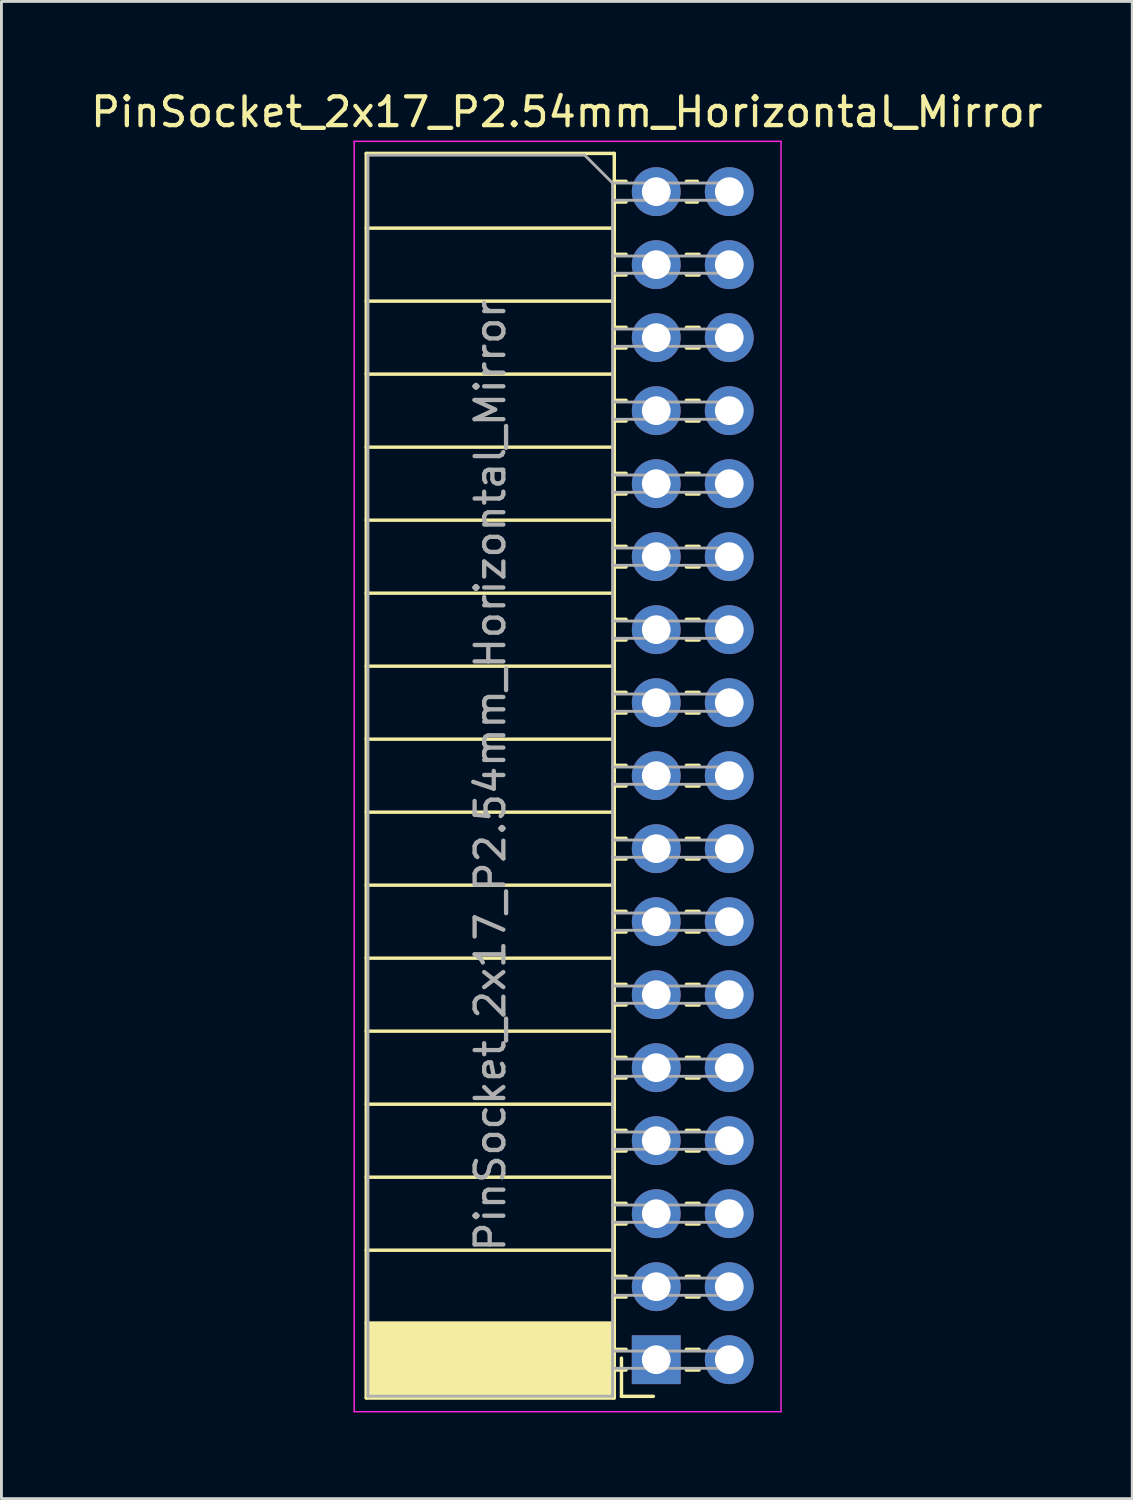
<source format=kicad_pcb>
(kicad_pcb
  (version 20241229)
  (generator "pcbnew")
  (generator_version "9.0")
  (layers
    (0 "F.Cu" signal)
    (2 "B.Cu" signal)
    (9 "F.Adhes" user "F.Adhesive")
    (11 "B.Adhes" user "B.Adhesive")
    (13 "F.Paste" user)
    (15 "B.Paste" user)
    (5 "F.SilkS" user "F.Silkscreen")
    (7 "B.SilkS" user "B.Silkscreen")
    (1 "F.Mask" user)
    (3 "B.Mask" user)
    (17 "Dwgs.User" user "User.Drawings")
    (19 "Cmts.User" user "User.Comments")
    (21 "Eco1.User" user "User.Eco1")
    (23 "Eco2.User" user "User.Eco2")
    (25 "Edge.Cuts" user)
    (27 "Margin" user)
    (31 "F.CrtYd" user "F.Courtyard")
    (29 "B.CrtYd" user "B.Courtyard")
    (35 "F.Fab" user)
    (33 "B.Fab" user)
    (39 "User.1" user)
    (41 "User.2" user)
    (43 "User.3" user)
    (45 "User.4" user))
  (footprint "PinSocket_2x17_P2.54mm_Horizontal_Mirror"
    (layer "F.Cu")
    (at 22.323 3.618)
    (property "Reference" "PinSocket_2x17_P2.54mm_Horizontal_Mirror" (at -5.65 -2.77 0) (layer "F.SilkS") (effects (font (size 1 1) (thickness 0.15))))
    (attr through_hole)
    (fp_line (start -12.63 -1.33) (end -12.63 41.97) (stroke (width 0.12) (type solid)) (layer "F.SilkS"))
    (fp_line (start -12.63 -1.33) (end -4 -1.33) (stroke (width 0.12) (type solid)) (layer "F.SilkS"))
    (fp_line (start -12.63 1.27) (end -4 1.27) (stroke (width 0.12) (type solid)) (layer "F.SilkS"))
    (fp_line (start -12.63 3.81) (end -4 3.81) (stroke (width 0.12) (type solid)) (layer "F.SilkS"))
    (fp_line (start -12.63 6.35) (end -4 6.35) (stroke (width 0.12) (type solid)) (layer "F.SilkS"))
    (fp_line (start -12.63 8.89) (end -4 8.89) (stroke (width 0.12) (type solid)) (layer "F.SilkS"))
    (fp_line (start -12.63 11.43) (end -4 11.43) (stroke (width 0.12) (type solid)) (layer "F.SilkS"))
    (fp_line (start -12.63 13.97) (end -4 13.97) (stroke (width 0.12) (type solid)) (layer "F.SilkS"))
    (fp_line (start -12.63 16.51) (end -4 16.51) (stroke (width 0.12) (type solid)) (layer "F.SilkS"))
    (fp_line (start -12.63 19.05) (end -4 19.05) (stroke (width 0.12) (type solid)) (layer "F.SilkS"))
    (fp_line (start -12.63 21.59) (end -4 21.59) (stroke (width 0.12) (type solid)) (layer "F.SilkS"))
    (fp_line (start -12.63 24.13) (end -4 24.13) (stroke (width 0.12) (type solid)) (layer "F.SilkS"))
    (fp_line (start -12.63 26.67) (end -4 26.67) (stroke (width 0.12) (type solid)) (layer "F.SilkS"))
    (fp_line (start -12.63 29.21) (end -4 29.21) (stroke (width 0.12) (type solid)) (layer "F.SilkS"))
    (fp_line (start -12.63 31.75) (end -4 31.75) (stroke (width 0.12) (type solid)) (layer "F.SilkS"))
    (fp_line (start -12.63 34.29) (end -4 34.29) (stroke (width 0.12) (type solid)) (layer "F.SilkS"))
    (fp_line (start -12.63 36.83) (end -4 36.83) (stroke (width 0.12) (type solid)) (layer "F.SilkS"))
    (fp_line (start -12.63 39.37) (end -4 39.37) (stroke (width 0.12) (type solid)) (layer "F.SilkS"))
    (fp_line (start -12.63 41.97) (end -4 41.97) (stroke (width 0.12) (type solid)) (layer "F.SilkS"))
    (fp_line (start -4 -1.33) (end -4 41.97) (stroke (width 0.12) (type solid)) (layer "F.SilkS"))
    (fp_line (start -4 -0.36) (end -3.59 -0.36) (stroke (width 0.12) (type solid)) (layer "F.SilkS"))
    (fp_line (start -4 0.36) (end -3.59 0.36) (stroke (width 0.12) (type solid)) (layer "F.SilkS"))
    (fp_line (start -4 2.18) (end -3.59 2.18) (stroke (width 0.12) (type solid)) (layer "F.SilkS"))
    (fp_line (start -4 2.9) (end -3.59 2.9) (stroke (width 0.12) (type solid)) (layer "F.SilkS"))
    (fp_line (start -4 4.72) (end -3.59 4.72) (stroke (width 0.12) (type solid)) (layer "F.SilkS"))
    (fp_line (start -4 5.44) (end -3.59 5.44) (stroke (width 0.12) (type solid)) (layer "F.SilkS"))
    (fp_line (start -4 7.26) (end -3.59 7.26) (stroke (width 0.12) (type solid)) (layer "F.SilkS"))
    (fp_line (start -4 7.98) (end -3.59 7.98) (stroke (width 0.12) (type solid)) (layer "F.SilkS"))
    (fp_line (start -4 9.8) (end -3.59 9.8) (stroke (width 0.12) (type solid)) (layer "F.SilkS"))
    (fp_line (start -4 10.52) (end -3.59 10.52) (stroke (width 0.12) (type solid)) (layer "F.SilkS"))
    (fp_line (start -4 12.34) (end -3.59 12.34) (stroke (width 0.12) (type solid)) (layer "F.SilkS"))
    (fp_line (start -4 13.06) (end -3.59 13.06) (stroke (width 0.12) (type solid)) (layer "F.SilkS"))
    (fp_line (start -4 14.88) (end -3.59 14.88) (stroke (width 0.12) (type solid)) (layer "F.SilkS"))
    (fp_line (start -4 15.6) (end -3.59 15.6) (stroke (width 0.12) (type solid)) (layer "F.SilkS"))
    (fp_line (start -4 17.42) (end -3.59 17.42) (stroke (width 0.12) (type solid)) (layer "F.SilkS"))
    (fp_line (start -4 18.14) (end -3.59 18.14) (stroke (width 0.12) (type solid)) (layer "F.SilkS"))
    (fp_line (start -4 19.96) (end -3.59 19.96) (stroke (width 0.12) (type solid)) (layer "F.SilkS"))
    (fp_line (start -4 20.68) (end -3.59 20.68) (stroke (width 0.12) (type solid)) (layer "F.SilkS"))
    (fp_line (start -4 22.5) (end -3.59 22.5) (stroke (width 0.12) (type solid)) (layer "F.SilkS"))
    (fp_line (start -4 23.22) (end -3.59 23.22) (stroke (width 0.12) (type solid)) (layer "F.SilkS"))
    (fp_line (start -4 25.04) (end -3.59 25.04) (stroke (width 0.12) (type solid)) (layer "F.SilkS"))
    (fp_line (start -4 25.76) (end -3.59 25.76) (stroke (width 0.12) (type solid)) (layer "F.SilkS"))
    (fp_line (start -4 27.58) (end -3.59 27.58) (stroke (width 0.12) (type solid)) (layer "F.SilkS"))
    (fp_line (start -4 28.3) (end -3.59 28.3) (stroke (width 0.12) (type solid)) (layer "F.SilkS"))
    (fp_line (start -4 30.12) (end -3.59 30.12) (stroke (width 0.12) (type solid)) (layer "F.SilkS"))
    (fp_line (start -4 30.84) (end -3.59 30.84) (stroke (width 0.12) (type solid)) (layer "F.SilkS"))
    (fp_line (start -4 32.66) (end -3.59 32.66) (stroke (width 0.12) (type solid)) (layer "F.SilkS"))
    (fp_line (start -4 33.38) (end -3.59 33.38) (stroke (width 0.12) (type solid)) (layer "F.SilkS"))
    (fp_line (start -4 35.2) (end -3.59 35.2) (stroke (width 0.12) (type solid)) (layer "F.SilkS"))
    (fp_line (start -4 35.92) (end -3.59 35.92) (stroke (width 0.12) (type solid)) (layer "F.SilkS"))
    (fp_line (start -4 37.74) (end -3.59 37.74) (stroke (width 0.12) (type solid)) (layer "F.SilkS"))
    (fp_line (start -4 38.46) (end -3.59 38.46) (stroke (width 0.12) (type solid)) (layer "F.SilkS"))
    (fp_line (start -4 40.28) (end -3.59 40.28) (stroke (width 0.12) (type solid)) (layer "F.SilkS"))
    (fp_line (start -4 41) (end -3.59 41) (stroke (width 0.12) (type solid)) (layer "F.SilkS"))
    (fp_line (start -3.75 41.915) (end -3.75 40.585) (stroke (width 0.12) (type solid)) (layer "F.SilkS"))
    (fp_line (start -2.64 41.915) (end -3.75 41.915) (stroke (width 0.12) (type solid)) (layer "F.SilkS"))
    (fp_line (start -1.49 -0.36) (end -1.11 -0.36) (stroke (width 0.12) (type solid)) (layer "F.SilkS"))
    (fp_line (start -1.49 0.36) (end -1.11 0.36) (stroke (width 0.12) (type solid)) (layer "F.SilkS"))
    (fp_line (start -1.49 2.18) (end -1.05 2.18) (stroke (width 0.12) (type solid)) (layer "F.SilkS"))
    (fp_line (start -1.49 2.9) (end -1.05 2.9) (stroke (width 0.12) (type solid)) (layer "F.SilkS"))
    (fp_line (start -1.49 4.72) (end -1.05 4.72) (stroke (width 0.12) (type solid)) (layer "F.SilkS"))
    (fp_line (start -1.49 5.44) (end -1.05 5.44) (stroke (width 0.12) (type solid)) (layer "F.SilkS"))
    (fp_line (start -1.49 7.26) (end -1.05 7.26) (stroke (width 0.12) (type solid)) (layer "F.SilkS"))
    (fp_line (start -1.49 7.98) (end -1.05 7.98) (stroke (width 0.12) (type solid)) (layer "F.SilkS"))
    (fp_line (start -1.49 9.8) (end -1.05 9.8) (stroke (width 0.12) (type solid)) (layer "F.SilkS"))
    (fp_line (start -1.49 10.52) (end -1.05 10.52) (stroke (width 0.12) (type solid)) (layer "F.SilkS"))
    (fp_line (start -1.49 12.34) (end -1.05 12.34) (stroke (width 0.12) (type solid)) (layer "F.SilkS"))
    (fp_line (start -1.49 13.06) (end -1.05 13.06) (stroke (width 0.12) (type solid)) (layer "F.SilkS"))
    (fp_line (start -1.49 14.88) (end -1.05 14.88) (stroke (width 0.12) (type solid)) (layer "F.SilkS"))
    (fp_line (start -1.49 15.6) (end -1.05 15.6) (stroke (width 0.12) (type solid)) (layer "F.SilkS"))
    (fp_line (start -1.49 17.42) (end -1.05 17.42) (stroke (width 0.12) (type solid)) (layer "F.SilkS"))
    (fp_line (start -1.49 18.14) (end -1.05 18.14) (stroke (width 0.12) (type solid)) (layer "F.SilkS"))
    (fp_line (start -1.49 19.96) (end -1.05 19.96) (stroke (width 0.12) (type solid)) (layer "F.SilkS"))
    (fp_line (start -1.49 20.68) (end -1.05 20.68) (stroke (width 0.12) (type solid)) (layer "F.SilkS"))
    (fp_line (start -1.49 22.5) (end -1.05 22.5) (stroke (width 0.12) (type solid)) (layer "F.SilkS"))
    (fp_line (start -1.49 23.22) (end -1.05 23.22) (stroke (width 0.12) (type solid)) (layer "F.SilkS"))
    (fp_line (start -1.49 25.04) (end -1.05 25.04) (stroke (width 0.12) (type solid)) (layer "F.SilkS"))
    (fp_line (start -1.49 25.76) (end -1.05 25.76) (stroke (width 0.12) (type solid)) (layer "F.SilkS"))
    (fp_line (start -1.49 27.58) (end -1.05 27.58) (stroke (width 0.12) (type solid)) (layer "F.SilkS"))
    (fp_line (start -1.49 28.3) (end -1.05 28.3) (stroke (width 0.12) (type solid)) (layer "F.SilkS"))
    (fp_line (start -1.49 30.12) (end -1.05 30.12) (stroke (width 0.12) (type solid)) (layer "F.SilkS"))
    (fp_line (start -1.49 30.84) (end -1.05 30.84) (stroke (width 0.12) (type solid)) (layer "F.SilkS"))
    (fp_line (start -1.49 32.66) (end -1.05 32.66) (stroke (width 0.12) (type solid)) (layer "F.SilkS"))
    (fp_line (start -1.49 33.38) (end -1.05 33.38) (stroke (width 0.12) (type solid)) (layer "F.SilkS"))
    (fp_line (start -1.49 35.2) (end -1.05 35.2) (stroke (width 0.12) (type solid)) (layer "F.SilkS"))
    (fp_line (start -1.49 35.92) (end -1.05 35.92) (stroke (width 0.12) (type solid)) (layer "F.SilkS"))
    (fp_line (start -1.49 37.74) (end -1.05 37.74) (stroke (width 0.12) (type solid)) (layer "F.SilkS"))
    (fp_line (start -1.49 38.46) (end -1.05 38.46) (stroke (width 0.12) (type solid)) (layer "F.SilkS"))
    (fp_line (start -1.49 40.28) (end -1.05 40.28) (stroke (width 0.12) (type solid)) (layer "F.SilkS"))
    (fp_line (start -1.49 41) (end -1.05 41) (stroke (width 0.12) (type solid)) (layer "F.SilkS"))
    (fp_rect (start -12.63 39.37) (end -4 41.97) (stroke (width 0.1) (type solid)) (fill yes) (layer "F.SilkS"))
    (fp_line (start -13.05 -1.75) (end -13.05 42.45) (stroke (width 0.05) (type solid)) (layer "F.CrtYd"))
    (fp_line (start -13.05 42.45) (end 1.8 42.45) (stroke (width 0.05) (type solid)) (layer "F.CrtYd"))
    (fp_line (start 1.8 -1.75) (end -13.05 -1.75) (stroke (width 0.05) (type solid)) (layer "F.CrtYd"))
    (fp_line (start 1.8 42.45) (end 1.8 -1.75) (stroke (width 0.05) (type solid)) (layer "F.CrtYd"))
    (fp_line (start -12.57 -1.27) (end -5.03 -1.27) (stroke (width 0.1) (type solid)) (layer "F.Fab"))
    (fp_line (start -12.57 41.91) (end -12.57 -1.27) (stroke (width 0.1) (type solid)) (layer "F.Fab"))
    (fp_line (start -5.03 -1.27) (end -4.06 -0.3) (stroke (width 0.1) (type solid)) (layer "F.Fab"))
    (fp_line (start -4.06 -0.3) (end -4.06 41.91) (stroke (width 0.1) (type solid)) (layer "F.Fab"))
    (fp_line (start -4.06 0.3) (end 0 0.3) (stroke (width 0.1) (type solid)) (layer "F.Fab"))
    (fp_line (start -4.06 2.84) (end 0 2.84) (stroke (width 0.1) (type solid)) (layer "F.Fab"))
    (fp_line (start -4.06 5.38) (end 0 5.38) (stroke (width 0.1) (type solid)) (layer "F.Fab"))
    (fp_line (start -4.06 7.92) (end 0 7.92) (stroke (width 0.1) (type solid)) (layer "F.Fab"))
    (fp_line (start -4.06 10.46) (end 0 10.46) (stroke (width 0.1) (type solid)) (layer "F.Fab"))
    (fp_line (start -4.06 13) (end 0 13) (stroke (width 0.1) (type solid)) (layer "F.Fab"))
    (fp_line (start -4.06 15.54) (end 0 15.54) (stroke (width 0.1) (type solid)) (layer "F.Fab"))
    (fp_line (start -4.06 18.08) (end 0 18.08) (stroke (width 0.1) (type solid)) (layer "F.Fab"))
    (fp_line (start -4.06 20.62) (end 0 20.62) (stroke (width 0.1) (type solid)) (layer "F.Fab"))
    (fp_line (start -4.06 23.16) (end 0 23.16) (stroke (width 0.1) (type solid)) (layer "F.Fab"))
    (fp_line (start -4.06 25.7) (end 0 25.7) (stroke (width 0.1) (type solid)) (layer "F.Fab"))
    (fp_line (start -4.06 28.24) (end 0 28.24) (stroke (width 0.1) (type solid)) (layer "F.Fab"))
    (fp_line (start -4.06 30.78) (end 0 30.78) (stroke (width 0.1) (type solid)) (layer "F.Fab"))
    (fp_line (start -4.06 33.32) (end 0 33.32) (stroke (width 0.1) (type solid)) (layer "F.Fab"))
    (fp_line (start -4.06 35.86) (end 0 35.86) (stroke (width 0.1) (type solid)) (layer "F.Fab"))
    (fp_line (start -4.06 38.4) (end 0 38.4) (stroke (width 0.1) (type solid)) (layer "F.Fab"))
    (fp_line (start -4.06 40.94) (end 0 40.94) (stroke (width 0.1) (type solid)) (layer "F.Fab"))
    (fp_line (start -4.06 41.91) (end -12.57 41.91) (stroke (width 0.1) (type solid)) (layer "F.Fab"))
    (fp_line (start 0 -0.3) (end -4.06 -0.3) (stroke (width 0.1) (type solid)) (layer "F.Fab"))
    (fp_line (start 0 0.3) (end 0 -0.3) (stroke (width 0.1) (type solid)) (layer "F.Fab"))
    (fp_line (start 0 2.24) (end -4.06 2.24) (stroke (width 0.1) (type solid)) (layer "F.Fab"))
    (fp_line (start 0 2.84) (end 0 2.24) (stroke (width 0.1) (type solid)) (layer "F.Fab"))
    (fp_line (start 0 4.78) (end -4.06 4.78) (stroke (width 0.1) (type solid)) (layer "F.Fab"))
    (fp_line (start 0 5.38) (end 0 4.78) (stroke (width 0.1) (type solid)) (layer "F.Fab"))
    (fp_line (start 0 7.32) (end -4.06 7.32) (stroke (width 0.1) (type solid)) (layer "F.Fab"))
    (fp_line (start 0 7.92) (end 0 7.32) (stroke (width 0.1) (type solid)) (layer "F.Fab"))
    (fp_line (start 0 9.86) (end -4.06 9.86) (stroke (width 0.1) (type solid)) (layer "F.Fab"))
    (fp_line (start 0 10.46) (end 0 9.86) (stroke (width 0.1) (type solid)) (layer "F.Fab"))
    (fp_line (start 0 12.4) (end -4.06 12.4) (stroke (width 0.1) (type solid)) (layer "F.Fab"))
    (fp_line (start 0 13) (end 0 12.4) (stroke (width 0.1) (type solid)) (layer "F.Fab"))
    (fp_line (start 0 14.94) (end -4.06 14.94) (stroke (width 0.1) (type solid)) (layer "F.Fab"))
    (fp_line (start 0 15.54) (end 0 14.94) (stroke (width 0.1) (type solid)) (layer "F.Fab"))
    (fp_line (start 0 17.48) (end -4.06 17.48) (stroke (width 0.1) (type solid)) (layer "F.Fab"))
    (fp_line (start 0 18.08) (end 0 17.48) (stroke (width 0.1) (type solid)) (layer "F.Fab"))
    (fp_line (start 0 20.02) (end -4.06 20.02) (stroke (width 0.1) (type solid)) (layer "F.Fab"))
    (fp_line (start 0 20.62) (end 0 20.02) (stroke (width 0.1) (type solid)) (layer "F.Fab"))
    (fp_line (start 0 22.56) (end -4.06 22.56) (stroke (width 0.1) (type solid)) (layer "F.Fab"))
    (fp_line (start 0 23.16) (end 0 22.56) (stroke (width 0.1) (type solid)) (layer "F.Fab"))
    (fp_line (start 0 25.1) (end -4.06 25.1) (stroke (width 0.1) (type solid)) (layer "F.Fab"))
    (fp_line (start 0 25.7) (end 0 25.1) (stroke (width 0.1) (type solid)) (layer "F.Fab"))
    (fp_line (start 0 27.64) (end -4.06 27.64) (stroke (width 0.1) (type solid)) (layer "F.Fab"))
    (fp_line (start 0 28.24) (end 0 27.64) (stroke (width 0.1) (type solid)) (layer "F.Fab"))
    (fp_line (start 0 30.18) (end -4.06 30.18) (stroke (width 0.1) (type solid)) (layer "F.Fab"))
    (fp_line (start 0 30.78) (end 0 30.18) (stroke (width 0.1) (type solid)) (layer "F.Fab"))
    (fp_line (start 0 32.72) (end -4.06 32.72) (stroke (width 0.1) (type solid)) (layer "F.Fab"))
    (fp_line (start 0 33.32) (end 0 32.72) (stroke (width 0.1) (type solid)) (layer "F.Fab"))
    (fp_line (start 0 35.26) (end -4.06 35.26) (stroke (width 0.1) (type solid)) (layer "F.Fab"))
    (fp_line (start 0 35.86) (end 0 35.26) (stroke (width 0.1) (type solid)) (layer "F.Fab"))
    (fp_line (start 0 37.8) (end -4.06 37.8) (stroke (width 0.1) (type solid)) (layer "F.Fab"))
    (fp_line (start 0 38.4) (end 0 37.8) (stroke (width 0.1) (type solid)) (layer "F.Fab"))
    (fp_line (start 0 40.34) (end -4.06 40.34) (stroke (width 0.1) (type solid)) (layer "F.Fab"))
    (fp_line (start 0 40.94) (end 0 40.34) (stroke (width 0.1) (type solid)) (layer "F.Fab"))
    (fp_text user "${REFERENCE}" (at -8.315 20.32 90) (layer "F.Fab") (effects (font (size 1 1) (thickness 0.15))))
    (pad "1" thru_hole rect (at -2.54 40.64) (size 1.7 1.7) (drill 1) (layers "*.Cu" "*.Mask"))
    (pad "2" thru_hole oval (at 0 40.64) (size 1.7 1.7) (drill 1) (layers "*.Cu" "*.Mask"))
    (pad "3" thru_hole oval (at -2.54 38.1) (size 1.7 1.7) (drill 1) (layers "*.Cu" "*.Mask"))
    (pad "4" thru_hole oval (at 0 38.1) (size 1.7 1.7) (drill 1) (layers "*.Cu" "*.Mask"))
    (pad "5" thru_hole oval (at -2.54 35.56) (size 1.7 1.7) (drill 1) (layers "*.Cu" "*.Mask"))
    (pad "6" thru_hole oval (at 0 35.56) (size 1.7 1.7) (drill 1) (layers "*.Cu" "*.Mask"))
    (pad "7" thru_hole oval (at -2.54 33.02) (size 1.7 1.7) (drill 1) (layers "*.Cu" "*.Mask"))
    (pad "8" thru_hole oval (at 0 33.02) (size 1.7 1.7) (drill 1) (layers "*.Cu" "*.Mask"))
    (pad "9" thru_hole oval (at -2.54 30.48) (size 1.7 1.7) (drill 1) (layers "*.Cu" "*.Mask"))
    (pad "10" thru_hole oval (at 0 30.48) (size 1.7 1.7) (drill 1) (layers "*.Cu" "*.Mask"))
    (pad "11" thru_hole oval (at -2.54 27.94) (size 1.7 1.7) (drill 1) (layers "*.Cu" "*.Mask"))
    (pad "12" thru_hole oval (at 0 27.94) (size 1.7 1.7) (drill 1) (layers "*.Cu" "*.Mask"))
    (pad "13" thru_hole oval (at -2.54 25.4) (size 1.7 1.7) (drill 1) (layers "*.Cu" "*.Mask"))
    (pad "14" thru_hole oval (at 0 25.4) (size 1.7 1.7) (drill 1) (layers "*.Cu" "*.Mask"))
    (pad "15" thru_hole oval (at -2.54 22.86) (size 1.7 1.7) (drill 1) (layers "*.Cu" "*.Mask"))
    (pad "16" thru_hole oval (at 0 22.86) (size 1.7 1.7) (drill 1) (layers "*.Cu" "*.Mask"))
    (pad "17" thru_hole oval (at -2.54 20.32) (size 1.7 1.7) (drill 1) (layers "*.Cu" "*.Mask"))
    (pad "18" thru_hole oval (at 0 20.32) (size 1.7 1.7) (drill 1) (layers "*.Cu" "*.Mask"))
    (pad "19" thru_hole oval (at -2.54 17.78) (size 1.7 1.7) (drill 1) (layers "*.Cu" "*.Mask"))
    (pad "20" thru_hole oval (at 0 17.78) (size 1.7 1.7) (drill 1) (layers "*.Cu" "*.Mask"))
    (pad "21" thru_hole oval (at -2.54 15.24) (size 1.7 1.7) (drill 1) (layers "*.Cu" "*.Mask"))
    (pad "22" thru_hole oval (at 0 15.24) (size 1.7 1.7) (drill 1) (layers "*.Cu" "*.Mask"))
    (pad "23" thru_hole oval (at -2.54 12.7) (size 1.7 1.7) (drill 1) (layers "*.Cu" "*.Mask"))
    (pad "24" thru_hole oval (at 0 12.7) (size 1.7 1.7) (drill 1) (layers "*.Cu" "*.Mask"))
    (pad "25" thru_hole oval (at -2.54 10.16) (size 1.7 1.7) (drill 1) (layers "*.Cu" "*.Mask"))
    (pad "26" thru_hole oval (at 0 10.16) (size 1.7 1.7) (drill 1) (layers "*.Cu" "*.Mask"))
    (pad "27" thru_hole oval (at -2.54 7.62) (size 1.7 1.7) (drill 1) (layers "*.Cu" "*.Mask"))
    (pad "28" thru_hole oval (at 0 7.62) (size 1.7 1.7) (drill 1) (layers "*.Cu" "*.Mask"))
    (pad "29" thru_hole oval (at -2.54 5.08) (size 1.7 1.7) (drill 1) (layers "*.Cu" "*.Mask"))
    (pad "30" thru_hole oval (at 0 5.08) (size 1.7 1.7) (drill 1) (layers "*.Cu" "*.Mask"))
    (pad "31" thru_hole oval (at -2.54 2.54) (size 1.7 1.7) (drill 1) (layers "*.Cu" "*.Mask"))
    (pad "32" thru_hole oval (at 0 2.54) (size 1.7 1.7) (drill 1) (layers "*.Cu" "*.Mask"))
    (pad "33" thru_hole oval (at -2.54 0) (size 1.7 1.7) (drill 1) (layers "*.Cu" "*.Mask"))
    (pad "34" thru_hole circle (at 0 0) (size 1.7 1.7) (drill 1) (layers "*.Cu" "*.Mask")))
  (gr_rect
    (start -3 -3)
    (end 36.345 49.093)
    (stroke (width 0.1) (type default))
    (fill no)
    (layer "Edge.Cuts")))
</source>
